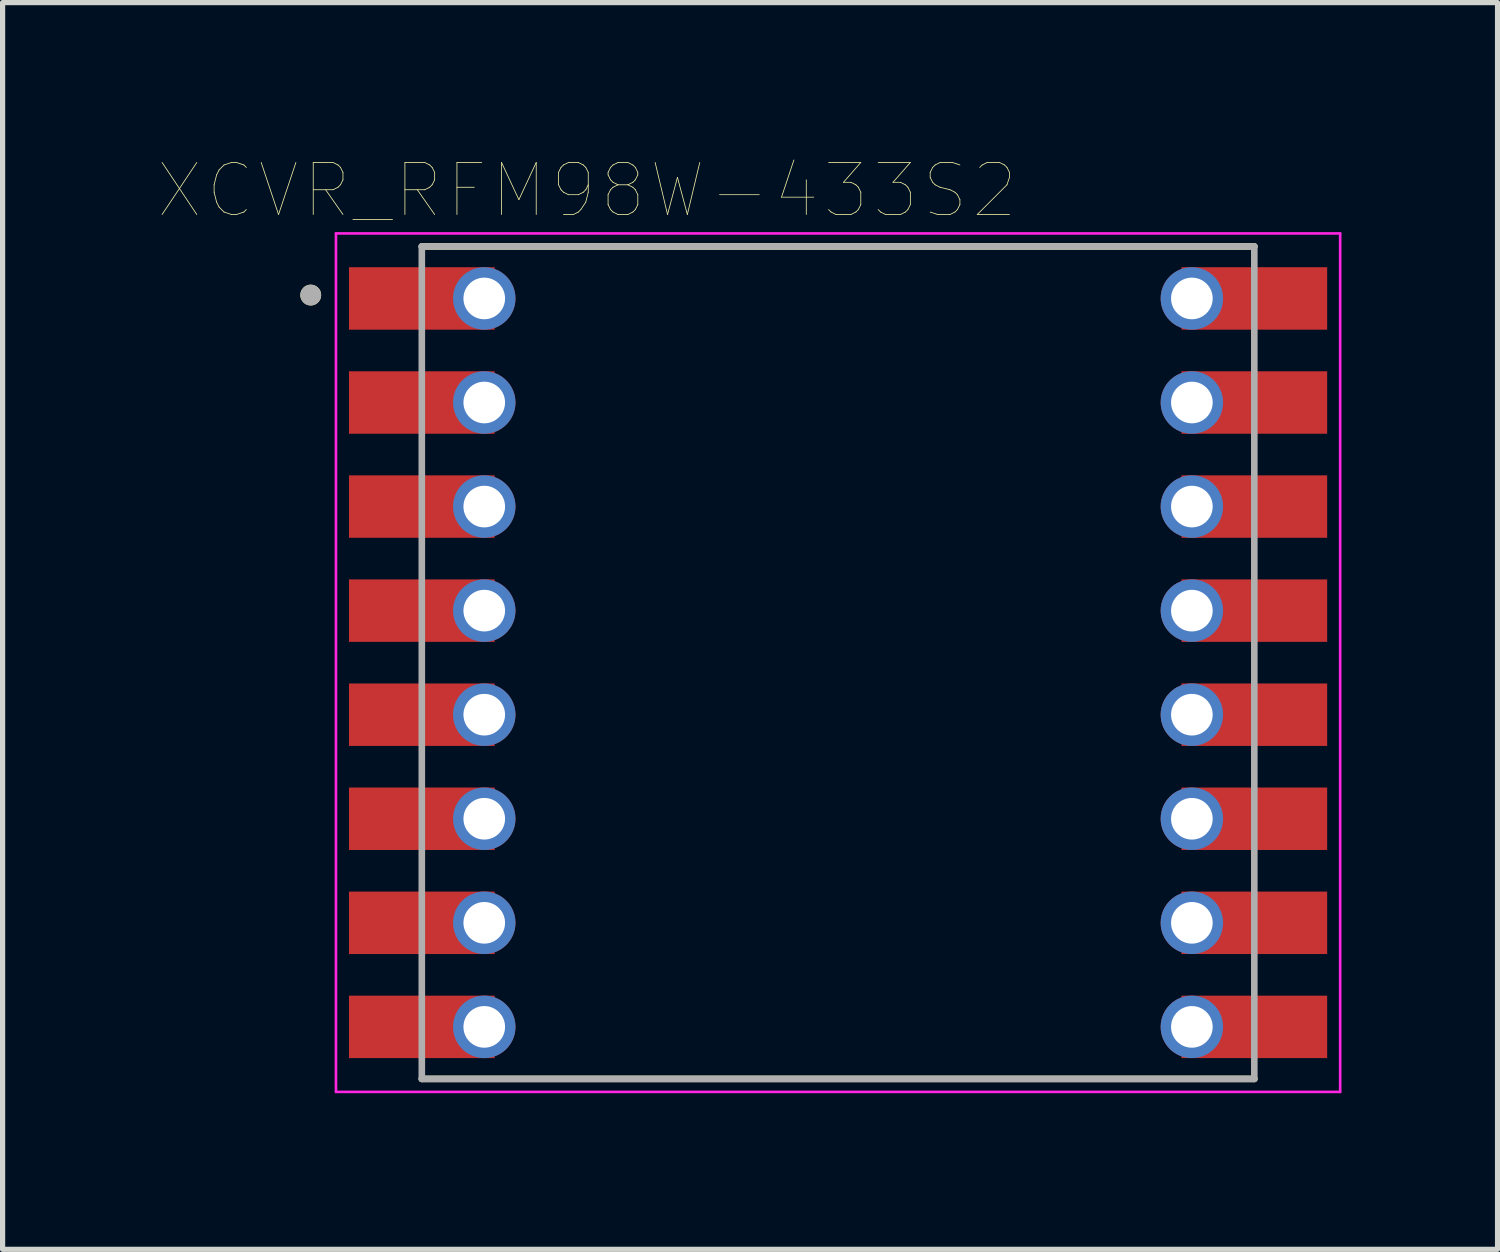
<source format=kicad_pcb>
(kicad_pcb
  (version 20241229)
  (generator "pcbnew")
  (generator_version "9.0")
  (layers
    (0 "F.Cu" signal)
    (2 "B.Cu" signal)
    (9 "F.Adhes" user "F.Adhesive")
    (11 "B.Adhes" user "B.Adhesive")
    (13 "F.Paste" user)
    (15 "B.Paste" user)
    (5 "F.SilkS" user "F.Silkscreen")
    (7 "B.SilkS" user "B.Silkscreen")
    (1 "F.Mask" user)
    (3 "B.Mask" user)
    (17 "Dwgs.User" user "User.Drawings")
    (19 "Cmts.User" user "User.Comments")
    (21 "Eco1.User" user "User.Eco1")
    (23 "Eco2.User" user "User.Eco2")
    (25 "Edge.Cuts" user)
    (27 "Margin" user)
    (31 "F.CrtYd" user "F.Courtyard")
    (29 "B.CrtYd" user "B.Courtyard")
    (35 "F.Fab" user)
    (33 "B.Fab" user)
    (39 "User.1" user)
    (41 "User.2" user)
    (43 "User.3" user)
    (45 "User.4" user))
  (footprint "XCVR_RFM98W-433S2"
    (layer "F.Cu")
    (at 13.057 9.686)
    (property "Reference" "XCVR_RFM98W-433S2" (at -4.825 -9.075 0) (layer "F.SilkS") (effects (font (size 1 1) (thickness 0.015))))
    (attr through_hole)
    (fp_line (start -8 -8) (end 8 -8) (stroke (width 0.127) (type solid)) (layer "F.SilkS"))
    (fp_line (start 8 8) (end -8 8) (stroke (width 0.127) (type solid)) (layer "F.SilkS"))
    (fp_circle (center -10.135 -7.065) (end -10.035 -7.065) (stroke (width 0.2) (type solid)) (fill no) (layer "F.SilkS"))
    (fp_line (start -9.65 -8.25) (end 9.65 -8.25) (stroke (width 0.05) (type solid)) (layer "F.CrtYd"))
    (fp_line (start -9.65 8.25) (end -9.65 -8.25) (stroke (width 0.05) (type solid)) (layer "F.CrtYd"))
    (fp_line (start 9.65 -8.25) (end 9.65 8.25) (stroke (width 0.05) (type solid)) (layer "F.CrtYd"))
    (fp_line (start 9.65 8.25) (end -9.65 8.25) (stroke (width 0.05) (type solid)) (layer "F.CrtYd"))
    (fp_line (start -8 -8) (end 8 -8) (stroke (width 0.127) (type solid)) (layer "F.Fab"))
    (fp_line (start -8 8) (end -8 -8) (stroke (width 0.127) (type solid)) (layer "F.Fab"))
    (fp_line (start 8 -8) (end 8 8) (stroke (width 0.127) (type solid)) (layer "F.Fab"))
    (fp_line (start 8 8) (end -8 8) (stroke (width 0.127) (type solid)) (layer "F.Fab"))
    (fp_circle (center -10.135 -7.065) (end -10.035 -7.065) (stroke (width 0.2) (type solid)) (fill no) (layer "F.Fab"))
    (pad "1" smd rect (at -8 -7) (size 2.8 1.2) (layers "F.Cu" "F.Mask" "F.Paste"))
    (pad "1_1" thru_hole circle (at -6.8 -7) (size 1.2 1.2) (drill 0.8) (layers "*.Cu" "*.Mask"))
    (pad "2" smd rect (at -8 -5) (size 2.8 1.2) (layers "F.Cu" "F.Mask" "F.Paste"))
    (pad "2_1" thru_hole circle (at -6.8 -5) (size 1.2 1.2) (drill 0.8) (layers "*.Cu" "*.Mask"))
    (pad "3" smd rect (at -8 -3) (size 2.8 1.2) (layers "F.Cu" "F.Mask" "F.Paste"))
    (pad "3_1" thru_hole circle (at -6.8 -3) (size 1.2 1.2) (drill 0.8) (layers "*.Cu" "*.Mask"))
    (pad "4" smd rect (at -8 -1) (size 2.8 1.2) (layers "F.Cu" "F.Mask" "F.Paste"))
    (pad "4_1" thru_hole circle (at -6.8 -1) (size 1.2 1.2) (drill 0.8) (layers "*.Cu" "*.Mask"))
    (pad "5" smd rect (at -8 1) (size 2.8 1.2) (layers "F.Cu" "F.Mask" "F.Paste"))
    (pad "5_1" thru_hole circle (at -6.8 1) (size 1.2 1.2) (drill 0.8) (layers "*.Cu" "*.Mask"))
    (pad "6" smd rect (at -8 3) (size 2.8 1.2) (layers "F.Cu" "F.Mask" "F.Paste"))
    (pad "6_1" thru_hole circle (at -6.8 3) (size 1.2 1.2) (drill 0.8) (layers "*.Cu" "*.Mask"))
    (pad "7" smd rect (at -8 5) (size 2.8 1.2) (layers "F.Cu" "F.Mask" "F.Paste"))
    (pad "7_1" thru_hole circle (at -6.8 5) (size 1.2 1.2) (drill 0.8) (layers "*.Cu" "*.Mask"))
    (pad "8" smd rect (at -8 7) (size 2.8 1.2) (layers "F.Cu" "F.Mask" "F.Paste"))
    (pad "8_1" thru_hole circle (at -6.8 7) (size 1.2 1.2) (drill 0.8) (layers "*.Cu" "*.Mask"))
    (pad "9" smd rect (at 8 7) (size 2.8 1.2) (layers "F.Cu" "F.Mask" "F.Paste"))
    (pad "9_1" thru_hole circle (at 6.8 7) (size 1.2 1.2) (drill 0.8) (layers "*.Cu" "*.Mask"))
    (pad "10" smd rect (at 8 5) (size 2.8 1.2) (layers "F.Cu" "F.Mask" "F.Paste"))
    (pad "10_1" thru_hole circle (at 6.8 5) (size 1.2 1.2) (drill 0.8) (layers "*.Cu" "*.Mask"))
    (pad "11" smd rect (at 8 3) (size 2.8 1.2) (layers "F.Cu" "F.Mask" "F.Paste"))
    (pad "11_1" thru_hole circle (at 6.8 3) (size 1.2 1.2) (drill 0.8) (layers "*.Cu" "*.Mask"))
    (pad "12" smd rect (at 8 1) (size 2.8 1.2) (layers "F.Cu" "F.Mask" "F.Paste"))
    (pad "12_1" thru_hole circle (at 6.8 1) (size 1.2 1.2) (drill 0.8) (layers "*.Cu" "*.Mask"))
    (pad "13" smd rect (at 8 -1) (size 2.8 1.2) (layers "F.Cu" "F.Mask" "F.Paste"))
    (pad "13_1" thru_hole circle (at 6.8 -1) (size 1.2 1.2) (drill 0.8) (layers "*.Cu" "*.Mask"))
    (pad "14" smd rect (at 8 -3) (size 2.8 1.2) (layers "F.Cu" "F.Mask" "F.Paste"))
    (pad "14_1" thru_hole circle (at 6.8 -3) (size 1.2 1.2) (drill 0.8) (layers "*.Cu" "*.Mask"))
    (pad "15" smd rect (at 8 -5) (size 2.8 1.2) (layers "F.Cu" "F.Mask" "F.Paste"))
    (pad "15_1" thru_hole circle (at 6.8 -5) (size 1.2 1.2) (drill 0.8) (layers "*.Cu" "*.Mask"))
    (pad "16" smd rect (at 8 -7) (size 2.8 1.2) (layers "F.Cu" "F.Mask" "F.Paste"))
    (pad "16_1" thru_hole circle (at 6.8 -7) (size 1.2 1.2) (drill 0.8) (layers "*.Cu" "*.Mask")))
  (gr_rect
    (start -3 -3)
    (end 25.732 20.961)
    (stroke (width 0.1) (type default))
    (fill no)
    (layer "Edge.Cuts")))
</source>
